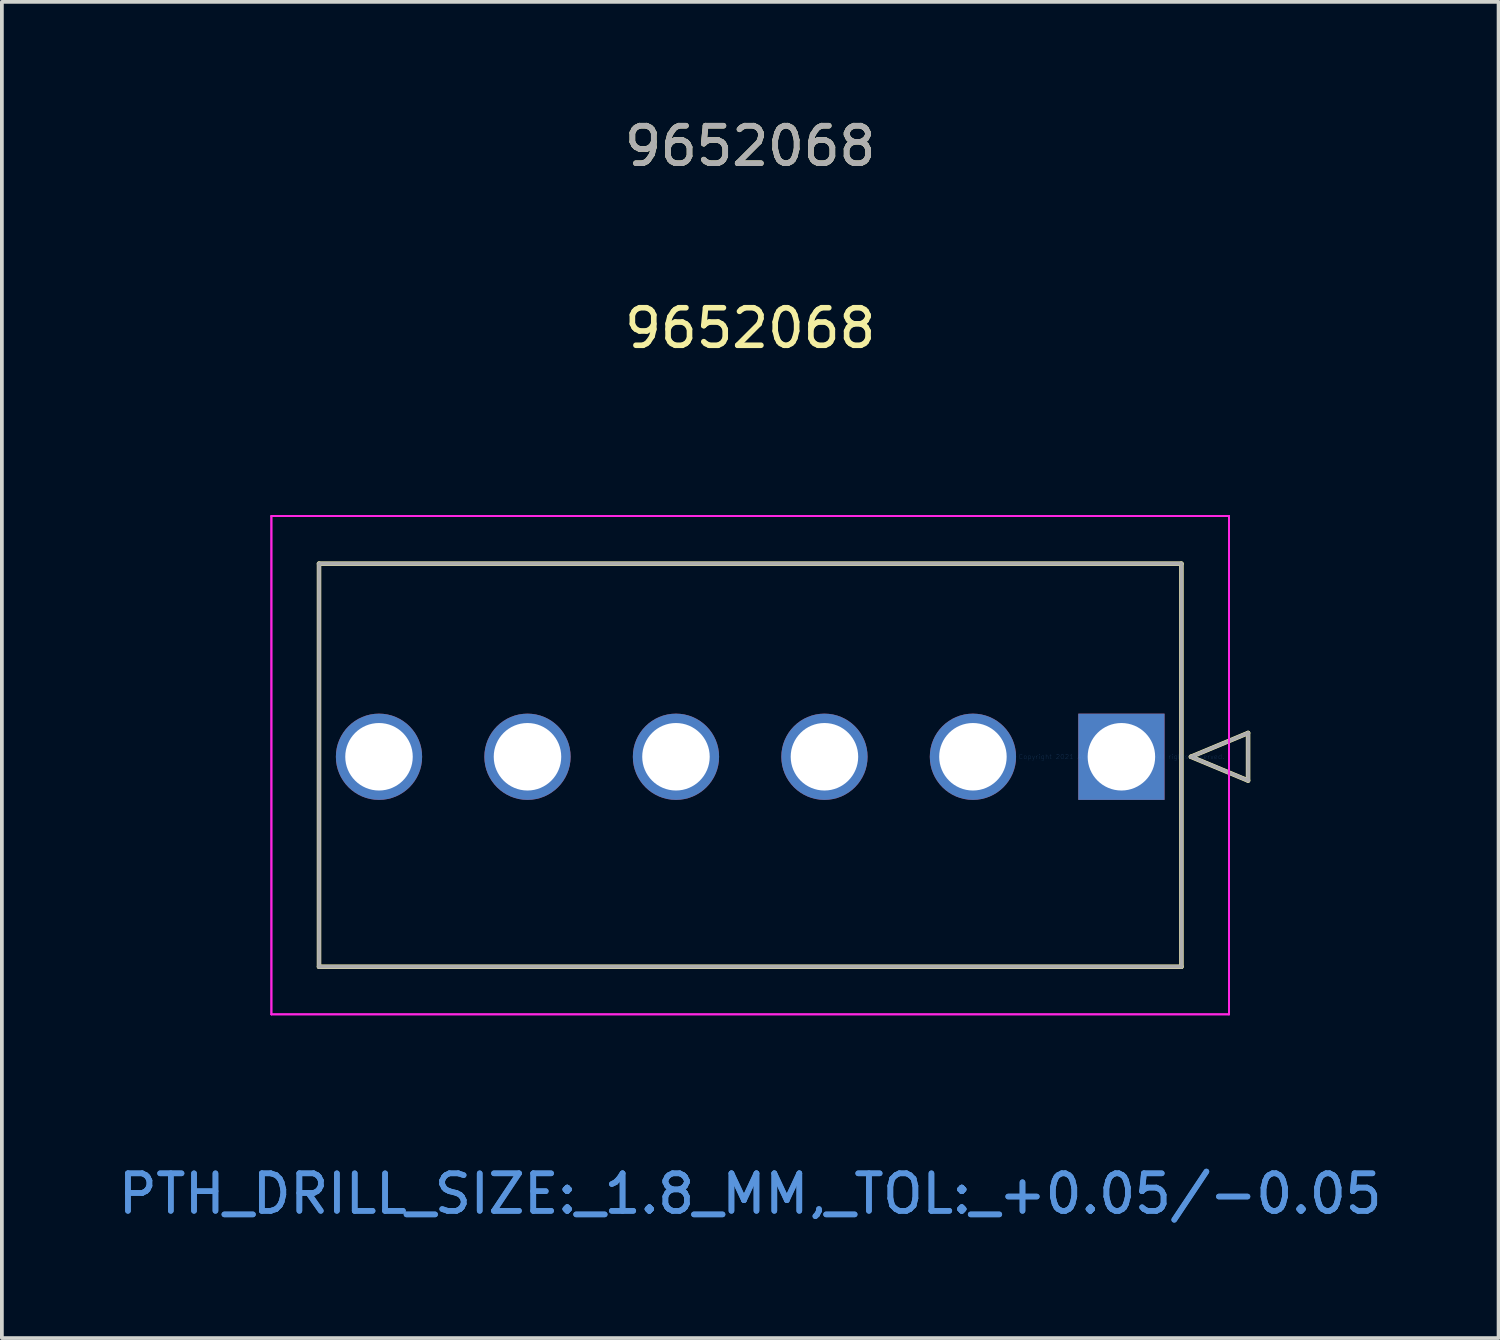
<source format=kicad_pcb>
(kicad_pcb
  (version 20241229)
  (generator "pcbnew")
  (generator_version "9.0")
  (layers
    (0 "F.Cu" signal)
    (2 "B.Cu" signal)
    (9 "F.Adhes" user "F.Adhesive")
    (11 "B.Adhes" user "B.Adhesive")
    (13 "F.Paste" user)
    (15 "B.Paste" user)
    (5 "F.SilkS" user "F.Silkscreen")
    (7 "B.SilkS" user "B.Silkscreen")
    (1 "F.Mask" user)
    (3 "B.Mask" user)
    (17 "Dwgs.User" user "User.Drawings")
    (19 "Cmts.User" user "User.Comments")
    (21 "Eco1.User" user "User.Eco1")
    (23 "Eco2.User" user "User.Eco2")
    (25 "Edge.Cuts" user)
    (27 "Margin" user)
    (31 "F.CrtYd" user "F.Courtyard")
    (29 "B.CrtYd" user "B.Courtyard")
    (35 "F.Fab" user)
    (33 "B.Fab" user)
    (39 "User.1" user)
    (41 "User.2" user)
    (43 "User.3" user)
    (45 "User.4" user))
  (footprint "9652068"
    (layer "F.Cu")
    (at 26.858 17.133)
    (property "Reference" "9652068" (at -9.9 -11.43 0) (layer "F.SilkS") (effects (font (size 1 1) (thickness 0.15))))
    (attr through_hole)
    (fp_line (start -21.4 -5.15) (end -21.4 5.6) (stroke (width 0.12) (type solid)) (layer "F.SilkS"))
    (fp_line (start -21.4 5.6) (end 1.6 5.6) (stroke (width 0.12) (type solid)) (layer "F.SilkS"))
    (fp_line (start 1.6 -5.15) (end -21.4 -5.15) (stroke (width 0.12) (type solid)) (layer "F.SilkS"))
    (fp_line (start 1.6 5.6) (end 1.6 -5.15) (stroke (width 0.12) (type solid)) (layer "F.SilkS"))
    (fp_line (start 1.854 0) (end 3.378 -0.635) (stroke (width 0.12) (type solid)) (layer "F.SilkS"))
    (fp_line (start 3.378 -0.635) (end 3.378 0.635) (stroke (width 0.12) (type solid)) (layer "F.SilkS"))
    (fp_line (start 3.378 0.635) (end 1.854 0) (stroke (width 0.12) (type solid)) (layer "F.SilkS"))
    (fp_line (start -22.67 -6.42) (end -22.67 6.87) (stroke (width 0.05) (type solid)) (layer "F.CrtYd"))
    (fp_line (start -22.67 -6.42) (end -22.67 6.87) (stroke (width 0.05) (type solid)) (layer "F.CrtYd"))
    (fp_line (start -22.67 6.87) (end 2.87 6.87) (stroke (width 0.05) (type solid)) (layer "F.CrtYd"))
    (fp_line (start -22.67 6.87) (end 2.87 6.87) (stroke (width 0.05) (type solid)) (layer "F.CrtYd"))
    (fp_line (start 2.87 -6.42) (end -22.67 -6.42) (stroke (width 0.05) (type solid)) (layer "F.CrtYd"))
    (fp_line (start 2.87 -6.42) (end -22.67 -6.42) (stroke (width 0.05) (type solid)) (layer "F.CrtYd"))
    (fp_line (start 2.87 6.87) (end 2.87 -6.42) (stroke (width 0.05) (type solid)) (layer "F.CrtYd"))
    (fp_line (start 2.87 6.87) (end 2.87 -6.42) (stroke (width 0.05) (type solid)) (layer "F.CrtYd"))
    (fp_line (start -21.4 -5.15) (end -21.4 5.6) (stroke (width 0.1) (type solid)) (layer "F.Fab"))
    (fp_line (start -21.4 5.6) (end 1.6 5.6) (stroke (width 0.1) (type solid)) (layer "F.Fab"))
    (fp_line (start 1.6 -5.15) (end -21.4 -5.15) (stroke (width 0.1) (type solid)) (layer "F.Fab"))
    (fp_line (start 1.6 5.6) (end 1.6 -5.15) (stroke (width 0.1) (type solid)) (layer "F.Fab"))
    (fp_line (start 1.854 0) (end 3.378 -0.635) (stroke (width 0.1) (type solid)) (layer "F.Fab"))
    (fp_line (start 3.378 -0.635) (end 3.378 0.635) (stroke (width 0.1) (type solid)) (layer "F.Fab"))
    (fp_line (start 3.378 0.635) (end 1.854 0) (stroke (width 0.1) (type solid)) (layer "F.Fab"))
    (fp_text user "*" (at 0 0 0) (layer "F.SilkS") (effects (font (size 1 1) (thickness 0.15))))
    (fp_text user "9652068" (at -9.9 -16.285 0) (layer "F.SilkS") (effects (font (size 1 1) (thickness 0.15))))
    (fp_text user "PTH_DRILL_SIZE:_1.8_MM,_TOL:_+0.05/-0.05" (at -9.9 11.655 0) (layer "Cmts.User") (effects (font (size 1 1) (thickness 0.15))))
    (fp_text user "PTH_DRILL_SIZE:_1.8_MM,_TOL:_+0.05/-0.05" (at -9.9 11.655 0) (layer "Cmts.User") (effects (font (size 1 1) (thickness 0.15))))
    (fp_text user "Copyright 2021 Accelerated Designs. All rights reserved." (at 0 0 0) (layer "Cmts.User") (effects (font (size 0.127 0.127) (thickness 0.002))))
    (fp_text user "*" (at 0 0 0) (layer "F.Fab") (effects (font (size 1 1) (thickness 0.15))))
    (fp_text user "9652068" (at -9.9 -16.285 0) (layer "F.Fab") (effects (font (size 1 1) (thickness 0.15))))
    (pad "1" thru_hole rect (at 0 0) (size 2.3 2.3) (drill 1.8) (layers "*.Cu" "*.Mask"))
    (pad "2" thru_hole circle (at -3.96 0) (size 2.3 2.3) (drill 1.8) (layers "*.Cu" "*.Mask"))
    (pad "3" thru_hole circle (at -7.92 0) (size 2.3 2.3) (drill 1.8) (layers "*.Cu" "*.Mask"))
    (pad "4" thru_hole circle (at -11.88 0) (size 2.3 2.3) (drill 1.8) (layers "*.Cu" "*.Mask"))
    (pad "5" thru_hole circle (at -15.84 0) (size 2.3 2.3) (drill 1.8) (layers "*.Cu" "*.Mask"))
    (pad "6" thru_hole circle (at -19.8 0) (size 2.3 2.3) (drill 1.8) (layers "*.Cu" "*.Mask")))
  (gr_rect
    (start -3 -3)
    (end 36.917 32.636)
    (stroke (width 0.1) (type default))
    (fill no)
    (layer "Edge.Cuts")))
</source>
